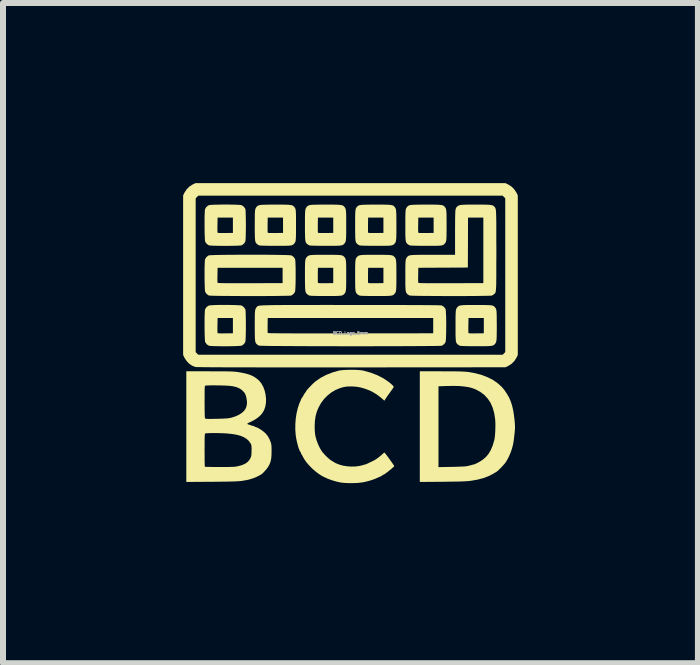
<source format=kicad_pcb>
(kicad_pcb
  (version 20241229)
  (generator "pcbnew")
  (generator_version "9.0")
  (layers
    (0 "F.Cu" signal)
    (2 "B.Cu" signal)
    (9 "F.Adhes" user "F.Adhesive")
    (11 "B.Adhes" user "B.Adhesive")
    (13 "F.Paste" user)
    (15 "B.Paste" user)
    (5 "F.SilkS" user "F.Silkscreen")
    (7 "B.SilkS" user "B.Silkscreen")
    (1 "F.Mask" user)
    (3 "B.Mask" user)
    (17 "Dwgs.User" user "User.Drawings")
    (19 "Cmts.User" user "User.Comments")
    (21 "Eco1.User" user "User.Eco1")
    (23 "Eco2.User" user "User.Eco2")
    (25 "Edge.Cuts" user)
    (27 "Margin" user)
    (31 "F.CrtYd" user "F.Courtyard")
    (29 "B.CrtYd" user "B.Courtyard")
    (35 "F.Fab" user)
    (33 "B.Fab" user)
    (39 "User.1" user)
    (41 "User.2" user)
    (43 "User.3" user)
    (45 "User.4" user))
  (footprint "BCD_Logo_5mm"
    (layer "F.Cu")
    (at 2.787 2.497)
    (property "Reference" "BCD_Logo_5mm" (at 0 0 0) (layer "F.Fab") (effects (font (size 0.05 0.05) (thickness 0.013))))
    (attr board_only exclude_from_pos_files exclude_from_bom)
    (fp_poly (pts (xy 2.628 -2.474) (xy 2.682 -2.44) (xy 2.727 -2.395) (xy 2.762 -2.342) (xy 2.765 -2.338) (xy 2.787 -2.292) (xy 2.787 0.365) (xy 2.765 0.411) (xy 2.73 0.465) (xy 2.686 0.51) (xy 2.633 0.545) (xy 2.628 0.548) (xy 2.582 0.57) (xy 0.014 0.572) (xy -0.222 0.572) (xy -0.444 0.572) (xy -0.653 0.572) (xy -0.849 0.572) (xy -1.032 0.572) (xy -1.203 0.572) (xy -1.362 0.572) (xy -1.509 0.572) (xy -1.645 0.571) (xy -1.771 0.571) (xy -1.885 0.571) (xy -1.989 0.571) (xy -2.084 0.571) (xy -2.169 0.57) (xy -2.245 0.57) (xy -2.313 0.57) (xy -2.372 0.569) (xy -2.423 0.569) (xy -2.466 0.568) (xy -2.502 0.568) (xy -2.531 0.567) (xy -2.554 0.566) (xy -2.57 0.566) (xy -2.581 0.565) (xy -2.586 0.564) (xy -2.639 0.543) (xy -2.688 0.509) (xy -2.73 0.465) (xy -2.763 0.414) (xy -2.765 0.411) (xy -2.787 0.365) (xy -2.787 0.318) (xy -2.578 0.318) (xy -2.535 0.361) (xy 2.535 0.361) (xy 2.578 0.318) (xy 2.578 -2.244) (xy 2.535 -2.288) (xy -2.535 -2.288) (xy -2.578 -2.244) (xy -2.578 0.318) (xy -2.787 0.318) (xy -2.787 -2.292) (xy -2.765 -2.338) (xy -2.73 -2.391) (xy -2.686 -2.437) (xy -2.633 -2.472) (xy -2.628 -2.474) (xy -2.582 -2.497) (xy 2.582 -2.497)) (stroke (width 0) (type solid)) (fill yes) (layer "F.SilkS"))
    (fp_poly (pts (xy -2.022 -2.14) (xy -1.969 -2.139) (xy -1.92 -2.138) (xy -1.878 -2.136) (xy -1.844 -2.134) (xy -1.821 -2.131) (xy -1.812 -2.129) (xy -1.78 -2.108) (xy -1.756 -2.077) (xy -1.751 -2.066) (xy -1.748 -2.053) (xy -1.746 -2.028) (xy -1.745 -1.994) (xy -1.744 -1.95) (xy -1.743 -1.901) (xy -1.742 -1.848) (xy -1.742 -1.793) (xy -1.742 -1.738) (xy -1.743 -1.686) (xy -1.744 -1.637) (xy -1.745 -1.594) (xy -1.747 -1.56) (xy -1.749 -1.536) (xy -1.751 -1.525) (xy -1.772 -1.491) (xy -1.803 -1.467) (xy -1.812 -1.462) (xy -1.826 -1.459) (xy -1.852 -1.457) (xy -1.887 -1.455) (xy -1.931 -1.454) (xy -1.98 -1.453) (xy -2.034 -1.452) (xy -2.089 -1.452) (xy -2.145 -1.452) (xy -2.198 -1.453) (xy -2.247 -1.454) (xy -2.29 -1.455) (xy -2.324 -1.457) (xy -2.348 -1.459) (xy -2.36 -1.462) (xy -2.393 -1.484) (xy -2.416 -1.515) (xy -2.419 -1.522) (xy -2.422 -1.535) (xy -2.425 -1.561) (xy -2.426 -1.597) (xy -2.428 -1.641) (xy -2.429 -1.691) (xy -2.43 -1.744) (xy -2.43 -1.763) (xy -2.216 -1.763) (xy -2.216 -1.727) (xy -2.215 -1.698) (xy -2.215 -1.68) (xy -2.214 -1.673) (xy -2.209 -1.67) (xy -2.198 -1.668) (xy -2.179 -1.666) (xy -2.15 -1.666) (xy -2.108 -1.666) (xy -2.084 -1.666) (xy -1.958 -1.668) (xy -1.958 -1.923) (xy -2.213 -1.923) (xy -2.215 -1.803) (xy -2.216 -1.763) (xy -2.43 -1.763) (xy -2.43 -1.8) (xy -2.43 -1.855) (xy -2.43 -1.908) (xy -2.429 -1.956) (xy -2.427 -1.999) (xy -2.426 -2.033) (xy -2.423 -2.056) (xy -2.421 -2.066) (xy -2.4 -2.1) (xy -2.369 -2.124) (xy -2.36 -2.129) (xy -2.345 -2.132) (xy -2.319 -2.135) (xy -2.282 -2.137) (xy -2.238 -2.138) (xy -2.187 -2.139) (xy -2.133 -2.14) (xy -2.077 -2.14)) (stroke (width 0) (type solid)) (fill yes) (layer "F.SilkS"))
    (fp_poly (pts (xy -2.022 -0.468) (xy -1.969 -0.467) (xy -1.92 -0.466) (xy -1.878 -0.464) (xy -1.844 -0.462) (xy -1.821 -0.46) (xy -1.812 -0.457) (xy -1.78 -0.436) (xy -1.756 -0.405) (xy -1.751 -0.395) (xy -1.748 -0.382) (xy -1.746 -0.357) (xy -1.745 -0.322) (xy -1.744 -0.279) (xy -1.743 -0.23) (xy -1.742 -0.177) (xy -1.742 -0.122) (xy -1.742 -0.067) (xy -1.743 -0.014) (xy -1.744 0.035) (xy -1.745 0.077) (xy -1.747 0.111) (xy -1.749 0.135) (xy -1.751 0.147) (xy -1.772 0.181) (xy -1.803 0.205) (xy -1.812 0.21) (xy -1.826 0.212) (xy -1.852 0.214) (xy -1.887 0.216) (xy -1.931 0.218) (xy -1.98 0.219) (xy -2.034 0.22) (xy -2.089 0.22) (xy -2.145 0.22) (xy -2.198 0.219) (xy -2.247 0.218) (xy -2.29 0.217) (xy -2.324 0.215) (xy -2.348 0.212) (xy -2.36 0.21) (xy -2.393 0.188) (xy -2.416 0.156) (xy -2.419 0.15) (xy -2.422 0.136) (xy -2.425 0.11) (xy -2.426 0.075) (xy -2.428 0.031) (xy -2.429 -0.019) (xy -2.43 -0.073) (xy -2.43 -0.091) (xy -2.216 -0.091) (xy -2.216 -0.055) (xy -2.215 -0.027) (xy -2.215 -0.008) (xy -2.214 -0.002) (xy -2.209 0.002) (xy -2.198 0.004) (xy -2.179 0.005) (xy -2.15 0.006) (xy -2.108 0.006) (xy -2.084 0.005) (xy -1.958 0.004) (xy -1.958 -0.251) (xy -2.213 -0.251) (xy -2.215 -0.131) (xy -2.216 -0.091) (xy -2.43 -0.091) (xy -2.43 -0.128) (xy -2.43 -0.183) (xy -2.43 -0.236) (xy -2.429 -0.285) (xy -2.427 -0.327) (xy -2.426 -0.361) (xy -2.423 -0.385) (xy -2.421 -0.395) (xy -2.4 -0.429) (xy -2.369 -0.453) (xy -2.36 -0.457) (xy -2.345 -0.46) (xy -2.319 -0.463) (xy -2.282 -0.465) (xy -2.238 -0.467) (xy -2.187 -0.468) (xy -2.133 -0.468) (xy -2.077 -0.468)) (stroke (width 0) (type solid)) (fill yes) (layer "F.SilkS"))
    (fp_poly (pts (xy -1.18 -2.139) (xy -1.122 -2.139) (xy -1.075 -2.138) (xy -1.038 -2.137) (xy -1.01 -2.134) (xy -0.988 -2.131) (xy -0.972 -2.127) (xy -0.96 -2.122) (xy -0.95 -2.115) (xy -0.941 -2.106) (xy -0.938 -2.103) (xy -0.93 -2.093) (xy -0.924 -2.083) (xy -0.918 -2.072) (xy -0.914 -2.057) (xy -0.911 -2.038) (xy -0.909 -2.012) (xy -0.908 -1.979) (xy -0.907 -1.936) (xy -0.907 -1.883) (xy -0.907 -1.818) (xy -0.907 -1.796) (xy -0.907 -1.726) (xy -0.907 -1.67) (xy -0.908 -1.624) (xy -0.909 -1.588) (xy -0.911 -1.56) (xy -0.913 -1.539) (xy -0.917 -1.523) (xy -0.922 -1.511) (xy -0.928 -1.501) (xy -0.936 -1.492) (xy -0.938 -1.489) (xy -0.947 -1.479) (xy -0.956 -1.472) (xy -0.967 -1.466) (xy -0.981 -1.461) (xy -1 -1.458) (xy -1.026 -1.455) (xy -1.059 -1.454) (xy -1.101 -1.453) (xy -1.154 -1.453) (xy -1.219 -1.453) (xy -1.253 -1.453) (xy -1.329 -1.453) (xy -1.391 -1.454) (xy -1.441 -1.455) (xy -1.479 -1.456) (xy -1.505 -1.458) (xy -1.521 -1.46) (xy -1.524 -1.462) (xy -1.544 -1.473) (xy -1.558 -1.484) (xy -1.567 -1.493) (xy -1.574 -1.502) (xy -1.58 -1.513) (xy -1.585 -1.528) (xy -1.588 -1.548) (xy -1.591 -1.574) (xy -1.592 -1.608) (xy -1.593 -1.651) (xy -1.594 -1.705) (xy -1.594 -1.763) (xy -1.38 -1.763) (xy -1.38 -1.727) (xy -1.38 -1.698) (xy -1.379 -1.68) (xy -1.378 -1.673) (xy -1.374 -1.67) (xy -1.363 -1.668) (xy -1.343 -1.666) (xy -1.314 -1.666) (xy -1.273 -1.666) (xy -1.249 -1.666) (xy -1.123 -1.668) (xy -1.123 -1.923) (xy -1.378 -1.923) (xy -1.38 -1.803) (xy -1.38 -1.763) (xy -1.594 -1.763) (xy -1.594 -1.771) (xy -1.594 -1.796) (xy -1.594 -1.865) (xy -1.593 -1.922) (xy -1.593 -1.967) (xy -1.592 -2.003) (xy -1.59 -2.031) (xy -1.587 -2.052) (xy -1.583 -2.068) (xy -1.578 -2.08) (xy -1.572 -2.09) (xy -1.565 -2.1) (xy -1.562 -2.103) (xy -1.554 -2.112) (xy -1.544 -2.119) (xy -1.533 -2.125) (xy -1.519 -2.13) (xy -1.499 -2.133) (xy -1.474 -2.136) (xy -1.44 -2.137) (xy -1.397 -2.138) (xy -1.344 -2.139) (xy -1.278 -2.139) (xy -1.25 -2.139)) (stroke (width 0) (type solid)) (fill yes) (layer "F.SilkS"))
    (fp_poly (pts (xy -0.344 -2.139) (xy -0.286 -2.139) (xy -0.239 -2.138) (xy -0.203 -2.137) (xy -0.174 -2.134) (xy -0.152 -2.131) (xy -0.136 -2.127) (xy -0.124 -2.122) (xy -0.114 -2.115) (xy -0.106 -2.106) (xy -0.102 -2.103) (xy -0.094 -2.093) (xy -0.088 -2.083) (xy -0.083 -2.072) (xy -0.079 -2.057) (xy -0.076 -2.038) (xy -0.073 -2.012) (xy -0.072 -1.979) (xy -0.071 -1.936) (xy -0.071 -1.883) (xy -0.071 -1.818) (xy -0.071 -1.796) (xy -0.071 -1.726) (xy -0.071 -1.67) (xy -0.072 -1.624) (xy -0.073 -1.588) (xy -0.075 -1.56) (xy -0.078 -1.539) (xy -0.081 -1.523) (xy -0.086 -1.511) (xy -0.092 -1.501) (xy -0.1 -1.492) (xy -0.102 -1.489) (xy -0.111 -1.479) (xy -0.12 -1.472) (xy -0.131 -1.466) (xy -0.145 -1.461) (xy -0.165 -1.458) (xy -0.19 -1.455) (xy -0.223 -1.454) (xy -0.265 -1.453) (xy -0.318 -1.453) (xy -0.383 -1.453) (xy -0.417 -1.453) (xy -0.493 -1.453) (xy -0.556 -1.454) (xy -0.605 -1.455) (xy -0.643 -1.456) (xy -0.669 -1.458) (xy -0.685 -1.46) (xy -0.688 -1.462) (xy -0.708 -1.473) (xy -0.722 -1.484) (xy -0.731 -1.493) (xy -0.739 -1.502) (xy -0.744 -1.513) (xy -0.749 -1.528) (xy -0.752 -1.548) (xy -0.755 -1.574) (xy -0.756 -1.608) (xy -0.757 -1.651) (xy -0.758 -1.705) (xy -0.758 -1.763) (xy -0.544 -1.763) (xy -0.544 -1.727) (xy -0.544 -1.698) (xy -0.543 -1.68) (xy -0.542 -1.673) (xy -0.538 -1.67) (xy -0.527 -1.668) (xy -0.507 -1.666) (xy -0.478 -1.666) (xy -0.437 -1.666) (xy -0.413 -1.666) (xy -0.287 -1.668) (xy -0.287 -1.923) (xy -0.542 -1.923) (xy -0.544 -1.803) (xy -0.544 -1.763) (xy -0.758 -1.763) (xy -0.758 -1.771) (xy -0.758 -1.796) (xy -0.758 -1.865) (xy -0.758 -1.922) (xy -0.757 -1.967) (xy -0.756 -2.003) (xy -0.754 -2.031) (xy -0.751 -2.052) (xy -0.747 -2.068) (xy -0.743 -2.08) (xy -0.736 -2.09) (xy -0.729 -2.1) (xy -0.726 -2.103) (xy -0.718 -2.112) (xy -0.709 -2.119) (xy -0.697 -2.125) (xy -0.683 -2.13) (xy -0.664 -2.133) (xy -0.638 -2.136) (xy -0.604 -2.137) (xy -0.562 -2.138) (xy -0.508 -2.139) (xy -0.443 -2.139) (xy -0.414 -2.139)) (stroke (width 0) (type solid)) (fill yes) (layer "F.SilkS"))
    (fp_poly (pts (xy -0.344 -1.303) (xy -0.286 -1.303) (xy -0.239 -1.302) (xy -0.203 -1.301) (xy -0.174 -1.299) (xy -0.152 -1.296) (xy -0.136 -1.291) (xy -0.124 -1.286) (xy -0.114 -1.279) (xy -0.106 -1.27) (xy -0.102 -1.267) (xy -0.094 -1.257) (xy -0.088 -1.247) (xy -0.083 -1.236) (xy -0.079 -1.221) (xy -0.076 -1.202) (xy -0.073 -1.176) (xy -0.072 -1.143) (xy -0.071 -1.1) (xy -0.071 -1.047) (xy -0.071 -0.982) (xy -0.071 -0.96) (xy -0.071 -0.89) (xy -0.071 -0.834) (xy -0.072 -0.788) (xy -0.073 -0.752) (xy -0.075 -0.725) (xy -0.078 -0.704) (xy -0.081 -0.688) (xy -0.086 -0.675) (xy -0.092 -0.665) (xy -0.1 -0.656) (xy -0.102 -0.653) (xy -0.111 -0.644) (xy -0.12 -0.636) (xy -0.131 -0.63) (xy -0.145 -0.625) (xy -0.165 -0.622) (xy -0.19 -0.62) (xy -0.223 -0.618) (xy -0.265 -0.617) (xy -0.318 -0.617) (xy -0.383 -0.617) (xy -0.417 -0.617) (xy -0.493 -0.617) (xy -0.556 -0.618) (xy -0.605 -0.619) (xy -0.643 -0.62) (xy -0.669 -0.622) (xy -0.685 -0.625) (xy -0.688 -0.626) (xy -0.708 -0.637) (xy -0.722 -0.648) (xy -0.731 -0.657) (xy -0.739 -0.666) (xy -0.744 -0.677) (xy -0.749 -0.692) (xy -0.752 -0.712) (xy -0.755 -0.738) (xy -0.756 -0.772) (xy -0.757 -0.815) (xy -0.758 -0.869) (xy -0.758 -0.927) (xy -0.544 -0.927) (xy -0.544 -0.891) (xy -0.544 -0.863) (xy -0.543 -0.844) (xy -0.542 -0.838) (xy -0.538 -0.834) (xy -0.527 -0.832) (xy -0.507 -0.83) (xy -0.478 -0.83) (xy -0.437 -0.83) (xy -0.413 -0.83) (xy -0.287 -0.832) (xy -0.287 -1.087) (xy -0.542 -1.087) (xy -0.544 -0.967) (xy -0.544 -0.927) (xy -0.758 -0.927) (xy -0.758 -0.935) (xy -0.758 -0.96) (xy -0.758 -1.03) (xy -0.758 -1.086) (xy -0.757 -1.132) (xy -0.756 -1.167) (xy -0.754 -1.195) (xy -0.751 -1.216) (xy -0.747 -1.232) (xy -0.743 -1.244) (xy -0.736 -1.254) (xy -0.729 -1.264) (xy -0.726 -1.267) (xy -0.718 -1.276) (xy -0.709 -1.283) (xy -0.697 -1.289) (xy -0.683 -1.294) (xy -0.664 -1.298) (xy -0.638 -1.3) (xy -0.604 -1.302) (xy -0.562 -1.303) (xy -0.508 -1.303) (xy -0.443 -1.303) (xy -0.414 -1.303)) (stroke (width 0) (type solid)) (fill yes) (layer "F.SilkS"))
    (fp_poly (pts (xy 0.492 -2.139) (xy 0.55 -2.139) (xy 0.596 -2.138) (xy 0.633 -2.137) (xy 0.662 -2.134) (xy 0.683 -2.131) (xy 0.7 -2.127) (xy 0.712 -2.122) (xy 0.722 -2.115) (xy 0.73 -2.106) (xy 0.734 -2.103) (xy 0.742 -2.093) (xy 0.748 -2.083) (xy 0.753 -2.072) (xy 0.757 -2.057) (xy 0.76 -2.038) (xy 0.762 -2.012) (xy 0.764 -1.979) (xy 0.764 -1.936) (xy 0.765 -1.883) (xy 0.765 -1.818) (xy 0.765 -1.796) (xy 0.765 -1.726) (xy 0.765 -1.67) (xy 0.764 -1.624) (xy 0.763 -1.588) (xy 0.761 -1.56) (xy 0.758 -1.539) (xy 0.755 -1.523) (xy 0.75 -1.511) (xy 0.744 -1.501) (xy 0.736 -1.492) (xy 0.734 -1.489) (xy 0.725 -1.479) (xy 0.716 -1.472) (xy 0.705 -1.466) (xy 0.69 -1.461) (xy 0.671 -1.458) (xy 0.646 -1.455) (xy 0.613 -1.454) (xy 0.57 -1.453) (xy 0.517 -1.453) (xy 0.452 -1.453) (xy 0.419 -1.453) (xy 0.343 -1.453) (xy 0.28 -1.454) (xy 0.23 -1.455) (xy 0.193 -1.456) (xy 0.167 -1.458) (xy 0.151 -1.46) (xy 0.148 -1.462) (xy 0.127 -1.473) (xy 0.113 -1.484) (xy 0.104 -1.493) (xy 0.097 -1.502) (xy 0.091 -1.513) (xy 0.087 -1.528) (xy 0.083 -1.548) (xy 0.081 -1.574) (xy 0.079 -1.608) (xy 0.079 -1.651) (xy 0.078 -1.705) (xy 0.078 -1.763) (xy 0.292 -1.763) (xy 0.292 -1.727) (xy 0.292 -1.698) (xy 0.293 -1.68) (xy 0.294 -1.673) (xy 0.298 -1.67) (xy 0.309 -1.668) (xy 0.328 -1.666) (xy 0.358 -1.666) (xy 0.399 -1.666) (xy 0.423 -1.666) (xy 0.549 -1.668) (xy 0.549 -1.923) (xy 0.294 -1.923) (xy 0.292 -1.803) (xy 0.292 -1.763) (xy 0.078 -1.763) (xy 0.078 -1.771) (xy 0.078 -1.796) (xy 0.078 -1.865) (xy 0.078 -1.922) (xy 0.079 -1.967) (xy 0.08 -2.003) (xy 0.082 -2.031) (xy 0.085 -2.052) (xy 0.088 -2.068) (xy 0.093 -2.08) (xy 0.099 -2.09) (xy 0.107 -2.1) (xy 0.109 -2.103) (xy 0.118 -2.112) (xy 0.127 -2.119) (xy 0.138 -2.125) (xy 0.153 -2.13) (xy 0.172 -2.133) (xy 0.198 -2.136) (xy 0.231 -2.137) (xy 0.274 -2.138) (xy 0.328 -2.139) (xy 0.393 -2.139) (xy 0.421 -2.139)) (stroke (width 0) (type solid)) (fill yes) (layer "F.SilkS"))
    (fp_poly (pts (xy 0.492 -1.303) (xy 0.55 -1.303) (xy 0.596 -1.302) (xy 0.633 -1.301) (xy 0.662 -1.299) (xy 0.683 -1.296) (xy 0.7 -1.291) (xy 0.712 -1.286) (xy 0.722 -1.279) (xy 0.73 -1.27) (xy 0.734 -1.267) (xy 0.742 -1.257) (xy 0.748 -1.247) (xy 0.753 -1.236) (xy 0.757 -1.221) (xy 0.76 -1.202) (xy 0.762 -1.176) (xy 0.764 -1.143) (xy 0.764 -1.1) (xy 0.765 -1.047) (xy 0.765 -0.982) (xy 0.765 -0.96) (xy 0.765 -0.89) (xy 0.765 -0.834) (xy 0.764 -0.788) (xy 0.763 -0.752) (xy 0.761 -0.725) (xy 0.758 -0.704) (xy 0.755 -0.688) (xy 0.75 -0.675) (xy 0.744 -0.665) (xy 0.736 -0.656) (xy 0.734 -0.653) (xy 0.725 -0.644) (xy 0.716 -0.636) (xy 0.705 -0.63) (xy 0.69 -0.625) (xy 0.671 -0.622) (xy 0.646 -0.62) (xy 0.613 -0.618) (xy 0.57 -0.617) (xy 0.517 -0.617) (xy 0.452 -0.617) (xy 0.419 -0.617) (xy 0.343 -0.617) (xy 0.28 -0.618) (xy 0.23 -0.619) (xy 0.193 -0.62) (xy 0.167 -0.622) (xy 0.151 -0.625) (xy 0.148 -0.626) (xy 0.127 -0.637) (xy 0.113 -0.648) (xy 0.104 -0.657) (xy 0.097 -0.666) (xy 0.091 -0.677) (xy 0.087 -0.692) (xy 0.083 -0.712) (xy 0.081 -0.738) (xy 0.079 -0.772) (xy 0.079 -0.815) (xy 0.078 -0.869) (xy 0.078 -0.927) (xy 0.292 -0.927) (xy 0.292 -0.891) (xy 0.292 -0.863) (xy 0.293 -0.844) (xy 0.294 -0.838) (xy 0.298 -0.834) (xy 0.309 -0.832) (xy 0.328 -0.83) (xy 0.358 -0.83) (xy 0.399 -0.83) (xy 0.423 -0.83) (xy 0.549 -0.832) (xy 0.549 -1.087) (xy 0.294 -1.087) (xy 0.292 -0.967) (xy 0.292 -0.927) (xy 0.078 -0.927) (xy 0.078 -0.935) (xy 0.078 -0.96) (xy 0.078 -1.03) (xy 0.078 -1.086) (xy 0.079 -1.132) (xy 0.08 -1.167) (xy 0.082 -1.195) (xy 0.085 -1.216) (xy 0.088 -1.232) (xy 0.093 -1.244) (xy 0.099 -1.254) (xy 0.107 -1.264) (xy 0.109 -1.267) (xy 0.118 -1.276) (xy 0.127 -1.283) (xy 0.138 -1.289) (xy 0.153 -1.294) (xy 0.172 -1.298) (xy 0.198 -1.3) (xy 0.231 -1.302) (xy 0.274 -1.303) (xy 0.328 -1.303) (xy 0.393 -1.303) (xy 0.421 -1.303)) (stroke (width 0) (type solid)) (fill yes) (layer "F.SilkS"))
    (fp_poly (pts (xy 1.328 -2.139) (xy 1.386 -2.139) (xy 1.432 -2.138) (xy 1.469 -2.137) (xy 1.498 -2.134) (xy 1.519 -2.131) (xy 1.535 -2.127) (xy 1.548 -2.122) (xy 1.557 -2.115) (xy 1.566 -2.106) (xy 1.569 -2.103) (xy 1.577 -2.093) (xy 1.584 -2.083) (xy 1.589 -2.072) (xy 1.593 -2.057) (xy 1.596 -2.038) (xy 1.598 -2.012) (xy 1.6 -1.979) (xy 1.6 -1.936) (xy 1.601 -1.883) (xy 1.601 -1.818) (xy 1.601 -1.796) (xy 1.601 -1.726) (xy 1.6 -1.67) (xy 1.6 -1.624) (xy 1.599 -1.588) (xy 1.597 -1.56) (xy 1.594 -1.539) (xy 1.59 -1.523) (xy 1.586 -1.511) (xy 1.579 -1.501) (xy 1.572 -1.492) (xy 1.569 -1.489) (xy 1.561 -1.479) (xy 1.552 -1.472) (xy 1.541 -1.466) (xy 1.526 -1.461) (xy 1.507 -1.458) (xy 1.482 -1.455) (xy 1.448 -1.454) (xy 1.406 -1.453) (xy 1.353 -1.453) (xy 1.288 -1.453) (xy 1.255 -1.453) (xy 1.179 -1.453) (xy 1.116 -1.454) (xy 1.066 -1.455) (xy 1.029 -1.456) (xy 1.002 -1.458) (xy 0.987 -1.46) (xy 0.983 -1.462) (xy 0.963 -1.473) (xy 0.949 -1.484) (xy 0.94 -1.493) (xy 0.933 -1.502) (xy 0.927 -1.513) (xy 0.923 -1.528) (xy 0.919 -1.548) (xy 0.917 -1.574) (xy 0.915 -1.608) (xy 0.914 -1.651) (xy 0.914 -1.705) (xy 0.914 -1.763) (xy 1.127 -1.763) (xy 1.127 -1.727) (xy 1.128 -1.698) (xy 1.129 -1.68) (xy 1.129 -1.673) (xy 1.134 -1.67) (xy 1.145 -1.668) (xy 1.164 -1.666) (xy 1.194 -1.666) (xy 1.235 -1.666) (xy 1.259 -1.666) (xy 1.385 -1.668) (xy 1.385 -1.923) (xy 1.13 -1.923) (xy 1.128 -1.803) (xy 1.127 -1.763) (xy 0.914 -1.763) (xy 0.914 -1.771) (xy 0.914 -1.796) (xy 0.914 -1.865) (xy 0.914 -1.922) (xy 0.915 -1.967) (xy 0.916 -2.003) (xy 0.918 -2.031) (xy 0.92 -2.052) (xy 0.924 -2.068) (xy 0.929 -2.08) (xy 0.935 -2.09) (xy 0.943 -2.1) (xy 0.945 -2.103) (xy 0.954 -2.112) (xy 0.963 -2.119) (xy 0.974 -2.125) (xy 0.989 -2.13) (xy 1.008 -2.133) (xy 1.034 -2.136) (xy 1.067 -2.137) (xy 1.11 -2.138) (xy 1.163 -2.139) (xy 1.229 -2.139) (xy 1.257 -2.139)) (stroke (width 0) (type solid)) (fill yes) (layer "F.SilkS"))
    (fp_poly (pts (xy 2.164 -0.467) (xy 2.221 -0.467) (xy 2.268 -0.466) (xy 2.305 -0.465) (xy 2.333 -0.463) (xy 2.355 -0.46) (xy 2.371 -0.456) (xy 2.383 -0.45) (xy 2.393 -0.443) (xy 2.402 -0.435) (xy 2.405 -0.431) (xy 2.413 -0.421) (xy 2.42 -0.411) (xy 2.425 -0.4) (xy 2.429 -0.385) (xy 2.432 -0.366) (xy 2.434 -0.34) (xy 2.435 -0.307) (xy 2.436 -0.265) (xy 2.436 -0.211) (xy 2.437 -0.146) (xy 2.437 -0.124) (xy 2.437 -0.055) (xy 2.436 0.002) (xy 2.436 0.048) (xy 2.434 0.083) (xy 2.433 0.111) (xy 2.43 0.132) (xy 2.426 0.148) (xy 2.421 0.16) (xy 2.415 0.171) (xy 2.408 0.18) (xy 2.405 0.183) (xy 2.397 0.192) (xy 2.387 0.2) (xy 2.376 0.206) (xy 2.362 0.21) (xy 2.343 0.214) (xy 2.317 0.216) (xy 2.284 0.218) (xy 2.242 0.219) (xy 2.189 0.219) (xy 2.124 0.219) (xy 2.09 0.219) (xy 2.014 0.219) (xy 1.952 0.218) (xy 1.902 0.217) (xy 1.864 0.215) (xy 1.838 0.214) (xy 1.823 0.211) (xy 1.819 0.21) (xy 1.799 0.198) (xy 1.785 0.188) (xy 1.776 0.179) (xy 1.769 0.17) (xy 1.763 0.159) (xy 1.758 0.144) (xy 1.755 0.124) (xy 1.753 0.098) (xy 1.751 0.064) (xy 1.75 0.021) (xy 1.75 -0.033) (xy 1.75 -0.091) (xy 1.963 -0.091) (xy 1.963 -0.055) (xy 1.964 -0.027) (xy 1.964 -0.008) (xy 1.965 -0.002) (xy 1.97 0.002) (xy 1.981 0.004) (xy 2 0.005) (xy 2.03 0.006) (xy 2.071 0.006) (xy 2.095 0.005) (xy 2.221 0.004) (xy 2.221 -0.251) (xy 1.966 -0.251) (xy 1.964 -0.131) (xy 1.963 -0.091) (xy 1.75 -0.091) (xy 1.75 -0.1) (xy 1.75 -0.124) (xy 1.75 -0.194) (xy 1.75 -0.25) (xy 1.751 -0.296) (xy 1.752 -0.332) (xy 1.754 -0.359) (xy 1.756 -0.38) (xy 1.76 -0.396) (xy 1.765 -0.408) (xy 1.771 -0.419) (xy 1.779 -0.428) (xy 1.781 -0.431) (xy 1.79 -0.44) (xy 1.799 -0.448) (xy 1.81 -0.454) (xy 1.824 -0.458) (xy 1.844 -0.462) (xy 1.87 -0.464) (xy 1.903 -0.466) (xy 1.946 -0.467) (xy 1.999 -0.467) (xy 2.065 -0.467) (xy 2.093 -0.467)) (stroke (width 0) (type solid)) (fill yes) (layer "F.SilkS"))
    (fp_poly (pts (xy -1.55 -1.304) (xy -1.466 -1.304) (xy -1.384 -1.304) (xy -1.307 -1.303) (xy -1.235 -1.302) (xy -1.17 -1.301) (xy -1.112 -1.3) (xy -1.064 -1.299) (xy -1.025 -1.297) (xy -0.999 -1.295) (xy -0.985 -1.294) (xy -0.984 -1.293) (xy -0.951 -1.272) (xy -0.927 -1.241) (xy -0.922 -1.23) (xy -0.92 -1.217) (xy -0.917 -1.191) (xy -0.916 -1.156) (xy -0.914 -1.112) (xy -0.913 -1.062) (xy -0.913 -1.009) (xy -0.913 -0.953) (xy -0.913 -0.898) (xy -0.914 -0.845) (xy -0.915 -0.796) (xy -0.917 -0.754) (xy -0.919 -0.72) (xy -0.921 -0.696) (xy -0.924 -0.686) (xy -0.945 -0.654) (xy -0.976 -0.63) (xy -0.987 -0.625) (xy -0.997 -0.623) (xy -1.021 -0.622) (xy -1.056 -0.621) (xy -1.102 -0.62) (xy -1.157 -0.619) (xy -1.22 -0.618) (xy -1.29 -0.617) (xy -1.365 -0.617) (xy -1.445 -0.616) (xy -1.529 -0.616) (xy -1.614 -0.616) (xy -1.7 -0.616) (xy -1.786 -0.616) (xy -1.871 -0.617) (xy -1.952 -0.617) (xy -2.03 -0.618) (xy -2.102 -0.618) (xy -2.168 -0.619) (xy -2.226 -0.62) (xy -2.275 -0.621) (xy -2.314 -0.622) (xy -2.342 -0.624) (xy -2.357 -0.625) (xy -2.36 -0.626) (xy -2.393 -0.648) (xy -2.416 -0.679) (xy -2.419 -0.686) (xy -2.422 -0.7) (xy -2.425 -0.725) (xy -2.426 -0.761) (xy -2.428 -0.805) (xy -2.429 -0.855) (xy -2.43 -0.891) (xy -2.216 -0.891) (xy -2.215 -0.863) (xy -2.215 -0.844) (xy -2.214 -0.838) (xy -2.211 -0.836) (xy -2.203 -0.835) (xy -2.188 -0.833) (xy -2.167 -0.832) (xy -2.139 -0.831) (xy -2.102 -0.831) (xy -2.055 -0.83) (xy -1.999 -0.83) (xy -1.931 -0.83) (xy -1.852 -0.83) (xy -1.76 -0.83) (xy -1.67 -0.83) (xy -1.13 -0.832) (xy -1.13 -1.087) (xy -2.213 -1.087) (xy -2.215 -0.967) (xy -2.216 -0.927) (xy -2.216 -0.891) (xy -2.43 -0.891) (xy -2.43 -0.908) (xy -2.43 -0.964) (xy -2.43 -1.019) (xy -2.43 -1.072) (xy -2.429 -1.121) (xy -2.427 -1.163) (xy -2.426 -1.197) (xy -2.423 -1.22) (xy -2.421 -1.23) (xy -2.4 -1.264) (xy -2.369 -1.289) (xy -2.36 -1.293) (xy -2.348 -1.295) (xy -2.324 -1.297) (xy -2.288 -1.298) (xy -2.241 -1.3) (xy -2.185 -1.301) (xy -2.121 -1.302) (xy -2.05 -1.303) (xy -1.974 -1.303) (xy -1.893 -1.304) (xy -1.809 -1.304) (xy -1.723 -1.304) (xy -1.636 -1.304)) (stroke (width 0) (type solid)) (fill yes) (layer "F.SilkS"))
    (fp_poly (pts (xy 1.606 0.638) (xy 1.682 0.638) (xy 1.747 0.638) (xy 1.801 0.639) (xy 1.846 0.64) (xy 1.883 0.642) (xy 1.914 0.644) (xy 1.94 0.646) (xy 1.958 0.648) (xy 2.078 0.669) (xy 2.188 0.699) (xy 2.287 0.737) (xy 2.377 0.783) (xy 2.455 0.838) (xy 2.522 0.899) (xy 2.561 0.946) (xy 2.603 1.007) (xy 2.639 1.069) (xy 2.668 1.134) (xy 2.691 1.204) (xy 2.709 1.281) (xy 2.723 1.367) (xy 2.732 1.441) (xy 2.736 1.487) (xy 2.739 1.524) (xy 2.74 1.555) (xy 2.74 1.584) (xy 2.738 1.616) (xy 2.735 1.654) (xy 2.731 1.687) (xy 2.725 1.744) (xy 2.719 1.789) (xy 2.713 1.829) (xy 2.705 1.867) (xy 2.695 1.907) (xy 2.687 1.934) (xy 2.668 1.99) (xy 2.642 2.05) (xy 2.612 2.109) (xy 2.586 2.152) (xy 2.57 2.173) (xy 2.547 2.199) (xy 2.521 2.228) (xy 2.494 2.256) (xy 2.468 2.281) (xy 2.446 2.301) (xy 2.432 2.311) (xy 2.418 2.319) (xy 2.397 2.332) (xy 2.375 2.345) (xy 2.301 2.383) (xy 2.216 2.415) (xy 2.118 2.441) (xy 2.008 2.46) (xy 1.994 2.462) (xy 1.97 2.465) (xy 1.94 2.467) (xy 1.905 2.469) (xy 1.863 2.471) (xy 1.813 2.473) (xy 1.752 2.474) (xy 1.681 2.475) (xy 1.598 2.476) (xy 1.532 2.477) (xy 1.155 2.48) (xy 1.155 2.233) (xy 1.466 2.233) (xy 1.68 2.229) (xy 1.739 2.228) (xy 1.793 2.226) (xy 1.842 2.224) (xy 1.884 2.222) (xy 1.916 2.22) (xy 1.936 2.218) (xy 1.937 2.217) (xy 1.967 2.211) (xy 1.998 2.203) (xy 2.013 2.199) (xy 2.033 2.193) (xy 2.049 2.189) (xy 2.053 2.189) (xy 2.067 2.185) (xy 2.09 2.175) (xy 2.118 2.161) (xy 2.148 2.145) (xy 2.177 2.127) (xy 2.202 2.11) (xy 2.203 2.11) (xy 2.255 2.065) (xy 2.299 2.013) (xy 2.336 1.951) (xy 2.367 1.879) (xy 2.392 1.795) (xy 2.395 1.785) (xy 2.402 1.749) (xy 2.407 1.702) (xy 2.411 1.648) (xy 2.413 1.59) (xy 2.414 1.533) (xy 2.413 1.478) (xy 2.409 1.431) (xy 2.409 1.43) (xy 2.394 1.331) (xy 2.368 1.242) (xy 2.333 1.162) (xy 2.287 1.093) (xy 2.231 1.032) (xy 2.165 0.982) (xy 2.088 0.94) (xy 2.043 0.922) (xy 1.982 0.904) (xy 1.908 0.892) (xy 1.821 0.883) (xy 1.721 0.88) (xy 1.609 0.882) (xy 1.593 0.882) (xy 1.466 0.887) (xy 1.466 2.233) (xy 1.155 2.233) (xy 1.155 0.637) (xy 1.517 0.637)) (stroke (width 0) (type solid)) (fill yes) (layer "F.SilkS"))
    (fp_poly (pts (xy -0.325 -0.468) (xy -0.165 -0.467) (xy 0.001 -0.467) (xy 0.182 -0.467) (xy 0.35 -0.467) (xy 0.504 -0.467) (xy 0.646 -0.467) (xy 0.775 -0.467) (xy 0.892 -0.467) (xy 0.997 -0.466) (xy 1.092 -0.466) (xy 1.175 -0.466) (xy 1.249 -0.465) (xy 1.313 -0.465) (xy 1.367 -0.464) (xy 1.412 -0.464) (xy 1.449 -0.463) (xy 1.478 -0.462) (xy 1.499 -0.461) (xy 1.513 -0.46) (xy 1.52 -0.459) (xy 1.521 -0.459) (xy 1.555 -0.438) (xy 1.579 -0.407) (xy 1.584 -0.398) (xy 1.587 -0.383) (xy 1.589 -0.357) (xy 1.591 -0.32) (xy 1.593 -0.276) (xy 1.594 -0.225) (xy 1.595 -0.171) (xy 1.595 -0.115) (xy 1.594 -0.06) (xy 1.594 -0.007) (xy 1.592 0.042) (xy 1.591 0.084) (xy 1.588 0.118) (xy 1.586 0.141) (xy 1.584 0.15) (xy 1.563 0.182) (xy 1.531 0.206) (xy 1.521 0.211) (xy 1.511 0.212) (xy 1.489 0.213) (xy 1.453 0.214) (xy 1.406 0.215) (xy 1.348 0.216) (xy 1.28 0.216) (xy 1.203 0.217) (xy 1.117 0.217) (xy 1.023 0.218) (xy 0.922 0.218) (xy 0.815 0.219) (xy 0.703 0.219) (xy 0.586 0.219) (xy 0.465 0.219) (xy 0.341 0.22) (xy 0.216 0.22) (xy 0.088 0.22) (xy -0.039 0.22) (xy -0.167 0.22) (xy -0.293 0.219) (xy -0.418 0.219) (xy -0.54 0.219) (xy -0.658 0.219) (xy -0.773 0.218) (xy -0.882 0.218) (xy -0.985 0.217) (xy -1.082 0.217) (xy -1.172 0.216) (xy -1.253 0.216) (xy -1.325 0.215) (xy -1.387 0.214) (xy -1.439 0.213) (xy -1.479 0.212) (xy -1.507 0.211) (xy -1.522 0.21) (xy -1.524 0.21) (xy -1.544 0.198) (xy -1.558 0.188) (xy -1.567 0.179) (xy -1.574 0.17) (xy -1.58 0.159) (xy -1.585 0.144) (xy -1.588 0.124) (xy -1.591 0.098) (xy -1.592 0.064) (xy -1.593 0.021) (xy -1.594 -0.033) (xy -1.594 -0.055) (xy -1.38 -0.055) (xy -1.38 -0.027) (xy -1.379 -0.008) (xy -1.378 -0.002) (xy -1.375 -0.001) (xy -1.368 0.000125) (xy -1.355 0.001) (xy -1.337 0.002) (xy -1.312 0.003) (xy -1.281 0.003) (xy -1.242 0.004) (xy -1.195 0.004) (xy -1.14 0.005) (xy -1.076 0.005) (xy -1.002 0.005) (xy -0.919 0.006) (xy -0.825 0.006) (xy -0.72 0.006) (xy -0.603 0.006) (xy -0.475 0.006) (xy -0.334 0.006) (xy -0.18 0.006) (xy -0.012 0.005) (xy 0.002 0.005) (xy 1.378 0.004) (xy 1.378 -0.251) (xy -1.378 -0.251) (xy -1.38 -0.131) (xy -1.38 -0.091) (xy -1.38 -0.055) (xy -1.594 -0.055) (xy -1.594 -0.1) (xy -1.594 -0.124) (xy -1.594 -0.194) (xy -1.593 -0.25) (xy -1.593 -0.296) (xy -1.592 -0.332) (xy -1.59 -0.359) (xy -1.587 -0.38) (xy -1.583 -0.396) (xy -1.578 -0.408) (xy -1.572 -0.419) (xy -1.565 -0.428) (xy -1.562 -0.431) (xy -1.559 -0.435) (xy -1.556 -0.439) (xy -1.553 -0.442) (xy -1.549 -0.446) (xy -1.545 -0.449) (xy -1.538 -0.451) (xy -1.529 -0.454) (xy -1.517 -0.456) (xy -1.502 -0.458) (xy -1.483 -0.459) (xy -1.459 -0.461) (xy -1.43 -0.462) (xy -1.395 -0.463) (xy -1.354 -0.464) (xy -1.306 -0.465) (xy -1.25 -0.466) (xy -1.187 -0.466) (xy -1.115 -0.467) (xy -1.034 -0.467) (xy -0.944 -0.467) (xy -0.843 -0.467) (xy -0.731 -0.467) (xy -0.608 -0.467) (xy -0.473 -0.468)) (stroke (width 0) (type solid)) (fill yes) (layer "F.SilkS"))
    (fp_poly (pts (xy 2.156 -2.139) (xy 2.214 -2.139) (xy 2.261 -2.138) (xy 2.298 -2.137) (xy 2.326 -2.134) (xy 2.348 -2.131) (xy 2.364 -2.127) (xy 2.376 -2.122) (xy 2.386 -2.115) (xy 2.395 -2.106) (xy 2.398 -2.103) (xy 2.403 -2.097) (xy 2.408 -2.091) (xy 2.412 -2.084) (xy 2.415 -2.076) (xy 2.418 -2.065) (xy 2.421 -2.051) (xy 2.423 -2.033) (xy 2.425 -2.01) (xy 2.426 -1.98) (xy 2.427 -1.944) (xy 2.428 -1.9) (xy 2.429 -1.848) (xy 2.429 -1.786) (xy 2.429 -1.713) (xy 2.429 -1.63) (xy 2.429 -1.534) (xy 2.43 -1.426) (xy 2.43 -1.378) (xy 2.43 -1.263) (xy 2.429 -1.162) (xy 2.429 -1.073) (xy 2.429 -0.995) (xy 2.429 -0.928) (xy 2.428 -0.872) (xy 2.428 -0.824) (xy 2.427 -0.784) (xy 2.425 -0.752) (xy 2.423 -0.726) (xy 2.421 -0.705) (xy 2.419 -0.689) (xy 2.416 -0.678) (xy 2.412 -0.669) (xy 2.408 -0.662) (xy 2.403 -0.657) (xy 2.397 -0.652) (xy 2.393 -0.648) (xy 2.374 -0.634) (xy 2.357 -0.625) (xy 2.346 -0.623) (xy 2.323 -0.622) (xy 2.287 -0.621) (xy 2.242 -0.62) (xy 2.187 -0.619) (xy 2.124 -0.618) (xy 2.054 -0.617) (xy 1.978 -0.617) (xy 1.898 -0.616) (xy 1.814 -0.616) (xy 1.729 -0.616) (xy 1.643 -0.616) (xy 1.557 -0.616) (xy 1.473 -0.617) (xy 1.391 -0.617) (xy 1.314 -0.618) (xy 1.241 -0.618) (xy 1.176 -0.619) (xy 1.118 -0.62) (xy 1.068 -0.621) (xy 1.029 -0.622) (xy 1.001 -0.624) (xy 0.986 -0.625) (xy 0.983 -0.626) (xy 0.963 -0.637) (xy 0.949 -0.648) (xy 0.94 -0.657) (xy 0.933 -0.666) (xy 0.927 -0.677) (xy 0.923 -0.692) (xy 0.919 -0.712) (xy 0.917 -0.738) (xy 0.915 -0.772) (xy 0.914 -0.815) (xy 0.914 -0.869) (xy 0.914 -0.891) (xy 1.127 -0.891) (xy 1.128 -0.863) (xy 1.129 -0.844) (xy 1.129 -0.838) (xy 1.132 -0.836) (xy 1.141 -0.835) (xy 1.155 -0.833) (xy 1.176 -0.832) (xy 1.204 -0.831) (xy 1.241 -0.831) (xy 1.288 -0.83) (xy 1.344 -0.83) (xy 1.412 -0.83) (xy 1.491 -0.83) (xy 1.583 -0.83) (xy 1.673 -0.83) (xy 2.213 -0.832) (xy 2.213 -1.923) (xy 1.958 -1.923) (xy 1.957 -1.507) (xy 1.955 -1.091) (xy 1.13 -1.087) (xy 1.128 -0.967) (xy 1.127 -0.927) (xy 1.127 -0.891) (xy 0.914 -0.891) (xy 0.914 -0.935) (xy 0.914 -0.96) (xy 0.914 -1.03) (xy 0.914 -1.086) (xy 0.915 -1.132) (xy 0.916 -1.167) (xy 0.918 -1.195) (xy 0.92 -1.216) (xy 0.924 -1.232) (xy 0.929 -1.244) (xy 0.935 -1.254) (xy 0.943 -1.264) (xy 0.945 -1.267) (xy 0.952 -1.275) (xy 0.96 -1.281) (xy 0.968 -1.287) (xy 0.979 -1.291) (xy 0.994 -1.295) (xy 1.014 -1.298) (xy 1.039 -1.3) (xy 1.072 -1.301) (xy 1.113 -1.302) (xy 1.164 -1.303) (xy 1.226 -1.303) (xy 1.299 -1.303) (xy 1.375 -1.303) (xy 1.742 -1.303) (xy 1.742 -1.674) (xy 1.742 -1.76) (xy 1.743 -1.832) (xy 1.743 -1.893) (xy 1.744 -1.943) (xy 1.745 -1.983) (xy 1.746 -2.016) (xy 1.748 -2.041) (xy 1.751 -2.06) (xy 1.755 -2.074) (xy 1.759 -2.085) (xy 1.765 -2.094) (xy 1.772 -2.101) (xy 1.779 -2.108) (xy 1.789 -2.116) (xy 1.798 -2.122) (xy 1.81 -2.127) (xy 1.825 -2.131) (xy 1.844 -2.134) (xy 1.87 -2.136) (xy 1.903 -2.138) (xy 1.946 -2.139) (xy 1.999 -2.139) (xy 2.064 -2.139) (xy 2.085 -2.139)) (stroke (width 0) (type solid)) (fill yes) (layer "F.SilkS"))
    (fp_poly (pts (xy 0.057 0.612) (xy 0.113 0.614) (xy 0.162 0.618) (xy 0.203 0.623) (xy 0.216 0.626) (xy 0.338 0.66) (xy 0.449 0.703) (xy 0.55 0.755) (xy 0.64 0.816) (xy 0.683 0.852) (xy 0.707 0.876) (xy 0.719 0.892) (xy 0.72 0.9) (xy 0.714 0.909) (xy 0.702 0.928) (xy 0.685 0.952) (xy 0.664 0.981) (xy 0.662 0.985) (xy 0.639 1.016) (xy 0.617 1.047) (xy 0.598 1.074) (xy 0.586 1.093) (xy 0.564 1.127) (xy 0.539 1.103) (xy 0.494 1.065) (xy 0.444 1.027) (xy 0.391 0.994) (xy 0.342 0.967) (xy 0.325 0.959) (xy 0.249 0.93) (xy 0.18 0.909) (xy 0.115 0.896) (xy 0.049 0.89) (xy 0.011 0.889) (xy -0.033 0.89) (xy -0.069 0.892) (xy -0.102 0.898) (xy -0.138 0.906) (xy -0.181 0.92) (xy -0.185 0.921) (xy -0.252 0.95) (xy -0.318 0.989) (xy -0.38 1.038) (xy -0.436 1.094) (xy -0.482 1.154) (xy -0.492 1.169) (xy -0.532 1.241) (xy -0.561 1.312) (xy -0.581 1.385) (xy -0.592 1.463) (xy -0.596 1.55) (xy -0.596 1.555) (xy -0.595 1.611) (xy -0.592 1.657) (xy -0.587 1.698) (xy -0.578 1.739) (xy -0.565 1.784) (xy -0.558 1.803) (xy -0.545 1.838) (xy -0.528 1.877) (xy -0.509 1.916) (xy -0.489 1.95) (xy -0.472 1.976) (xy -0.464 1.986) (xy -0.451 2.001) (xy -0.433 2.02) (xy -0.425 2.03) (xy -0.41 2.046) (xy -0.389 2.065) (xy -0.368 2.085) (xy -0.346 2.103) (xy -0.329 2.117) (xy -0.318 2.124) (xy -0.317 2.125) (xy -0.309 2.129) (xy -0.294 2.138) (xy -0.285 2.143) (xy -0.27 2.153) (xy -0.256 2.161) (xy -0.24 2.169) (xy -0.217 2.179) (xy -0.188 2.19) (xy -0.126 2.208) (xy -0.057 2.219) (xy 0.016 2.224) (xy 0.089 2.222) (xy 0.157 2.212) (xy 0.209 2.199) (xy 0.229 2.192) (xy 0.244 2.189) (xy 0.247 2.189) (xy 0.256 2.186) (xy 0.275 2.178) (xy 0.3 2.166) (xy 0.329 2.152) (xy 0.359 2.138) (xy 0.387 2.124) (xy 0.409 2.112) (xy 0.415 2.108) (xy 0.434 2.096) (xy 0.459 2.078) (xy 0.487 2.056) (xy 0.513 2.034) (xy 0.533 2.016) (xy 0.536 2.013) (xy 0.551 2) (xy 0.562 1.991) (xy 0.565 1.99) (xy 0.571 1.996) (xy 0.584 2.011) (xy 0.602 2.034) (xy 0.623 2.062) (xy 0.646 2.094) (xy 0.67 2.128) (xy 0.693 2.161) (xy 0.704 2.176) (xy 0.731 2.217) (xy 0.694 2.251) (xy 0.672 2.27) (xy 0.647 2.29) (xy 0.621 2.311) (xy 0.597 2.329) (xy 0.578 2.343) (xy 0.565 2.351) (xy 0.563 2.352) (xy 0.555 2.355) (xy 0.539 2.365) (xy 0.527 2.373) (xy 0.508 2.385) (xy 0.494 2.392) (xy 0.489 2.394) (xy 0.48 2.397) (xy 0.462 2.405) (xy 0.447 2.412) (xy 0.406 2.43) (xy 0.355 2.448) (xy 0.299 2.465) (xy 0.241 2.479) (xy 0.205 2.486) (xy 0.162 2.492) (xy 0.11 2.497) (xy 0.053 2.499) (xy -0.006 2.5) (xy -0.063 2.498) (xy -0.115 2.495) (xy -0.157 2.49) (xy -0.166 2.489) (xy -0.224 2.476) (xy -0.282 2.46) (xy -0.336 2.442) (xy -0.383 2.424) (xy -0.402 2.415) (xy -0.424 2.405) (xy -0.443 2.396) (xy -0.448 2.394) (xy -0.488 2.372) (xy -0.534 2.341) (xy -0.582 2.305) (xy -0.629 2.264) (xy -0.657 2.237) (xy -0.699 2.192) (xy -0.733 2.153) (xy -0.759 2.116) (xy -0.781 2.08) (xy -0.791 2.061) (xy -0.802 2.04) (xy -0.811 2.025) (xy -0.816 2.02) (xy -0.821 2.012) (xy -0.822 2.004) (xy -0.825 1.991) (xy -0.829 1.987) (xy -0.839 1.974) (xy -0.85 1.95) (xy -0.863 1.917) (xy -0.875 1.876) (xy -0.887 1.831) (xy -0.898 1.782) (xy -0.907 1.734) (xy -0.913 1.689) (xy -0.919 1.603) (xy -0.918 1.513) (xy -0.911 1.422) (xy -0.897 1.333) (xy -0.877 1.249) (xy -0.852 1.175) (xy -0.84 1.146) (xy -0.83 1.125) (xy -0.824 1.109) (xy -0.822 1.102) (xy -0.818 1.095) (xy -0.809 1.08) (xy -0.8 1.067) (xy -0.788 1.049) (xy -0.781 1.035) (xy -0.779 1.031) (xy -0.775 1.022) (xy -0.765 1.008) (xy -0.759 1) (xy -0.746 0.982) (xy -0.737 0.969) (xy -0.736 0.965) (xy -0.729 0.954) (xy -0.714 0.936) (xy -0.692 0.912) (xy -0.667 0.886) (xy -0.641 0.859) (xy -0.615 0.834) (xy -0.592 0.813) (xy -0.582 0.805) (xy -0.496 0.745) (xy -0.4 0.695) (xy -0.294 0.654) (xy -0.195 0.626) (xy -0.159 0.62) (xy -0.113 0.616) (xy -0.059 0.613) (xy -0.002 0.612)) (stroke (width 0) (type solid)) (fill yes) (layer "F.SilkS"))
    (fp_poly (pts (xy -2.259 0.638) (xy -2.186 0.638) (xy -2.124 0.638) (xy -2.072 0.638) (xy -2.029 0.639) (xy -1.993 0.64) (xy -1.963 0.641) (xy -1.937 0.643) (xy -1.915 0.645) (xy -1.893 0.647) (xy -1.873 0.65) (xy -1.865 0.651) (xy -1.787 0.665) (xy -1.72 0.681) (xy -1.664 0.7) (xy -1.614 0.723) (xy -1.571 0.751) (xy -1.53 0.785) (xy -1.518 0.797) (xy -1.481 0.843) (xy -1.451 0.899) (xy -1.428 0.962) (xy -1.413 1.029) (xy -1.406 1.098) (xy -1.408 1.165) (xy -1.419 1.228) (xy -1.439 1.284) (xy -1.44 1.286) (xy -1.467 1.332) (xy -1.5 1.372) (xy -1.542 1.409) (xy -1.593 1.443) (xy -1.655 1.476) (xy -1.691 1.492) (xy -1.708 1.501) (xy -1.718 1.509) (xy -1.719 1.512) (xy -1.711 1.518) (xy -1.695 1.525) (xy -1.689 1.526) (xy -1.669 1.532) (xy -1.656 1.537) (xy -1.654 1.538) (xy -1.643 1.542) (xy -1.624 1.546) (xy -1.62 1.547) (xy -1.603 1.552) (xy -1.594 1.557) (xy -1.594 1.558) (xy -1.588 1.563) (xy -1.572 1.568) (xy -1.57 1.568) (xy -1.549 1.576) (xy -1.521 1.591) (xy -1.489 1.611) (xy -1.456 1.635) (xy -1.427 1.659) (xy -1.408 1.677) (xy -1.376 1.718) (xy -1.349 1.767) (xy -1.327 1.82) (xy -1.322 1.839) (xy -1.318 1.859) (xy -1.316 1.884) (xy -1.314 1.916) (xy -1.314 1.959) (xy -1.314 1.973) (xy -1.315 2.032) (xy -1.319 2.081) (xy -1.326 2.122) (xy -1.337 2.16) (xy -1.353 2.196) (xy -1.368 2.223) (xy -1.383 2.246) (xy -1.405 2.273) (xy -1.429 2.301) (xy -1.453 2.327) (xy -1.474 2.346) (xy -1.486 2.354) (xy -1.542 2.385) (xy -1.594 2.409) (xy -1.648 2.428) (xy -1.705 2.444) (xy -1.771 2.456) (xy -1.813 2.463) (xy -1.834 2.465) (xy -1.859 2.467) (xy -1.89 2.469) (xy -1.929 2.471) (xy -1.976 2.472) (xy -2.032 2.474) (xy -2.099 2.475) (xy -2.177 2.476) (xy -2.268 2.477) (xy -2.311 2.477) (xy -2.734 2.48) (xy -2.734 1.951) (xy -2.43 1.951) (xy -2.429 2.011) (xy -2.429 2.067) (xy -2.429 2.118) (xy -2.428 2.16) (xy -2.427 2.193) (xy -2.426 2.216) (xy -2.425 2.226) (xy -2.425 2.226) (xy -2.417 2.228) (xy -2.396 2.229) (xy -2.365 2.229) (xy -2.325 2.23) (xy -2.277 2.231) (xy -2.223 2.231) (xy -2.179 2.231) (xy -2.111 2.231) (xy -2.057 2.231) (xy -2.012 2.23) (xy -1.977 2.229) (xy -1.948 2.228) (xy -1.924 2.226) (xy -1.903 2.223) (xy -1.884 2.22) (xy -1.872 2.217) (xy -1.808 2.2) (xy -1.756 2.177) (xy -1.715 2.149) (xy -1.683 2.113) (xy -1.663 2.077) (xy -1.656 2.06) (xy -1.652 2.042) (xy -1.649 2.019) (xy -1.648 1.988) (xy -1.647 1.955) (xy -1.647 1.916) (xy -1.648 1.889) (xy -1.651 1.869) (xy -1.655 1.854) (xy -1.661 1.842) (xy -1.661 1.842) (xy -1.69 1.8) (xy -1.727 1.765) (xy -1.773 1.736) (xy -1.828 1.712) (xy -1.894 1.694) (xy -1.972 1.681) (xy -2.063 1.672) (xy -2.075 1.671) (xy -2.123 1.669) (xy -2.173 1.667) (xy -2.224 1.666) (xy -2.273 1.666) (xy -2.319 1.666) (xy -2.358 1.667) (xy -2.39 1.669) (xy -2.412 1.671) (xy -2.421 1.674) (xy -2.423 1.679) (xy -2.425 1.69) (xy -2.427 1.709) (xy -2.428 1.738) (xy -2.429 1.776) (xy -2.429 1.826) (xy -2.429 1.887) (xy -2.43 1.951) (xy -2.734 1.951) (xy -2.734 1.147) (xy -2.43 1.147) (xy -2.429 1.22) (xy -2.429 1.28) (xy -2.428 1.327) (xy -2.427 1.364) (xy -2.426 1.391) (xy -2.424 1.409) (xy -2.422 1.42) (xy -2.421 1.423) (xy -2.415 1.426) (xy -2.404 1.428) (xy -2.386 1.429) (xy -2.359 1.43) (xy -2.322 1.43) (xy -2.274 1.429) (xy -2.228 1.428) (xy -2.168 1.427) (xy -2.12 1.425) (xy -2.082 1.423) (xy -2.052 1.421) (xy -2.027 1.418) (xy -2.004 1.414) (xy -1.983 1.409) (xy -1.916 1.388) (xy -1.857 1.361) (xy -1.808 1.329) (xy -1.769 1.293) (xy -1.743 1.253) (xy -1.741 1.249) (xy -1.727 1.201) (xy -1.723 1.148) (xy -1.731 1.089) (xy -1.74 1.051) (xy -1.75 1.022) (xy -1.762 0.999) (xy -1.781 0.977) (xy -1.793 0.964) (xy -1.826 0.936) (xy -1.863 0.915) (xy -1.907 0.898) (xy -1.96 0.886) (xy -2.017 0.879) (xy -2.044 0.877) (xy -2.079 0.875) (xy -2.121 0.874) (xy -2.167 0.872) (xy -2.215 0.872) (xy -2.263 0.871) (xy -2.309 0.871) (xy -2.349 0.872) (xy -2.383 0.873) (xy -2.406 0.874) (xy -2.418 0.876) (xy -2.418 0.876) (xy -2.421 0.878) (xy -2.424 0.883) (xy -2.425 0.893) (xy -2.427 0.909) (xy -2.428 0.932) (xy -2.429 0.963) (xy -2.429 1.004) (xy -2.429 1.057) (xy -2.429 1.121) (xy -2.43 1.147) (xy -2.734 1.147) (xy -2.734 0.637) (xy -2.345 0.637)) (stroke (width 0) (type solid)) (fill yes) (layer "F.SilkS")))
  (gr_rect
    (start -3 -3)
    (end 8.574 7.996)
    (stroke (width 0.1) (type default))
    (fill no)
    (layer "Edge.Cuts")))
</source>
